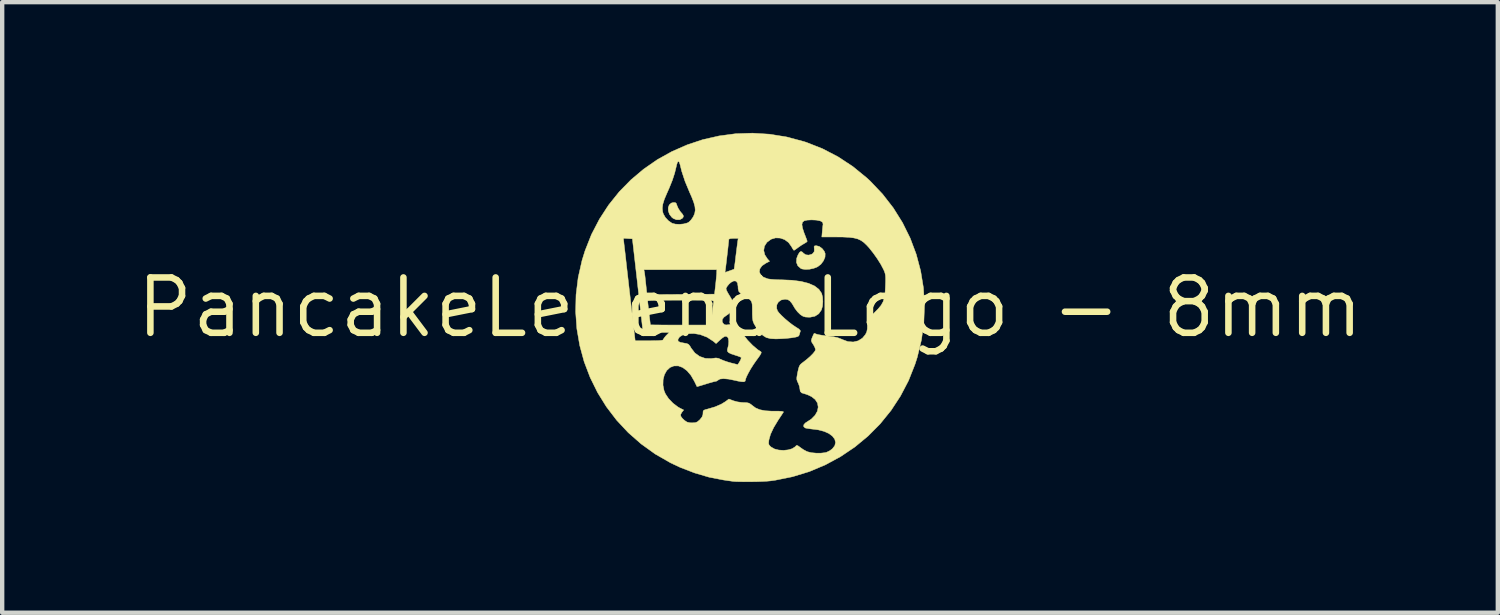
<source format=kicad_pcb>
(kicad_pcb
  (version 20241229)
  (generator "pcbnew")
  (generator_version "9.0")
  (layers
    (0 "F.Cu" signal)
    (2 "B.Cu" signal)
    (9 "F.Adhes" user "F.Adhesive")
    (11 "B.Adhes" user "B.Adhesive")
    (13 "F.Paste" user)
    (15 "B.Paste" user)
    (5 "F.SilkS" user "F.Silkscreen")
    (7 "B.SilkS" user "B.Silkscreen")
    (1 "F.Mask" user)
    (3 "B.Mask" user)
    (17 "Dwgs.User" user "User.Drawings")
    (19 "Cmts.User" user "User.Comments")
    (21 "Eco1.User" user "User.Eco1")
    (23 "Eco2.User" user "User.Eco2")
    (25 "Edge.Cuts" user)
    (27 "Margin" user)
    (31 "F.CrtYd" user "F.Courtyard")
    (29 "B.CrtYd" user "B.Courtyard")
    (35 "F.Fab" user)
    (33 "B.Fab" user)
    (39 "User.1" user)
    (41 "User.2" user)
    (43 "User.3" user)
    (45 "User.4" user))
  (footprint "PancakeLegend Logo - 8mm"
    (layer "F.Cu")
    (at 14.159 4.006)
    (property "Reference" "PancakeLegend Logo - 8mm" (at 0 0 0) (layer "F.SilkS") (effects (font (size 1.27 1.27) (thickness 0.15))))
    (attr through_hole)
    (fp_poly (pts (xy -1.693 -2.39) (xy -1.675 -2.34) (xy -1.675 -2.339) (xy -1.647 -2.275) (xy -1.603 -2.206) (xy -1.589 -2.189) (xy -1.544 -2.135) (xy -1.527 -2.098) (xy -1.536 -2.069) (xy -1.557 -2.044) (xy -1.615 -2.014) (xy -1.687 -2.014) (xy -1.761 -2.044) (xy -1.795 -2.071) (xy -1.848 -2.139) (xy -1.875 -2.216) (xy -1.877 -2.29) (xy -1.854 -2.354) (xy -1.808 -2.396) (xy -1.763 -2.409) (xy -1.718 -2.409) (xy -1.693 -2.39)) (stroke (width 0.01) (type solid)) (fill yes) (layer "F.SilkS"))
    (fp_poly (pts (xy 1.591 -1.4) (xy 1.656 -1.352) (xy 1.705 -1.288) (xy 1.724 -1.238) (xy 1.721 -1.157) (xy 1.685 -1.072) (xy 1.626 -0.993) (xy 1.55 -0.935) (xy 1.463 -0.9) (xy 1.366 -0.879) (xy 1.27 -0.874) (xy 1.192 -0.885) (xy 1.166 -0.896) (xy 1.097 -0.957) (xy 1.065 -1.036) (xy 1.071 -1.13) (xy 1.101 -1.207) (xy 1.137 -1.267) (xy 1.168 -1.288) (xy 1.202 -1.272) (xy 1.226 -1.246) (xy 1.279 -1.21) (xy 1.348 -1.203) (xy 1.416 -1.223) (xy 1.443 -1.242) (xy 1.474 -1.286) (xy 1.475 -1.345) (xy 1.474 -1.349) (xy 1.47 -1.396) (xy 1.484 -1.415) (xy 1.525 -1.418) (xy 1.591 -1.4)) (stroke (width 0.01) (type solid)) (fill yes) (layer "F.SilkS"))
    (fp_poly (pts (xy 0.45 -3.977) (xy 0.844 -3.913) (xy 1.236 -3.808) (xy 1.29 -3.791) (xy 1.663 -3.644) (xy 2.019 -3.459) (xy 2.357 -3.237) (xy 2.673 -2.979) (xy 2.757 -2.902) (xy 3.039 -2.605) (xy 3.287 -2.286) (xy 3.499 -1.947) (xy 3.675 -1.591) (xy 3.814 -1.221) (xy 3.915 -0.84) (xy 3.979 -0.45) (xy 4.003 -0.054) (xy 3.988 0.345) (xy 3.933 0.744) (xy 3.837 1.142) (xy 3.786 1.301) (xy 3.637 1.677) (xy 3.452 2.031) (xy 3.235 2.362) (xy 2.986 2.669) (xy 2.709 2.948) (xy 2.405 3.2) (xy 2.078 3.42) (xy 1.729 3.609) (xy 1.361 3.764) (xy 0.975 3.882) (xy 0.575 3.963) (xy 0.466 3.978) (xy 0.387 3.985) (xy 0.28 3.991) (xy 0.154 3.995) (xy 0.021 3.997) (xy -0.111 3.997) (xy -0.232 3.996) (xy -0.331 3.993) (xy -0.398 3.988) (xy -0.402 3.987) (xy -0.449 3.98) (xy -0.522 3.97) (xy -0.607 3.957) (xy -0.614 3.956) (xy -0.939 3.893) (xy -1.272 3.795) (xy -1.602 3.668) (xy -1.823 3.564) (xy -2.175 3.362) (xy -2.499 3.129) (xy -2.795 2.869) (xy -3.061 2.584) (xy -3.296 2.276) (xy -3.499 1.948) (xy -3.581 1.781) (xy -1.997 1.781) (xy -1.973 1.905) (xy -1.942 1.98) (xy -1.869 2.09) (xy -1.768 2.195) (xy -1.655 2.281) (xy -1.61 2.307) (xy -1.522 2.351) (xy -1.565 2.406) (xy -1.591 2.452) (xy -1.588 2.495) (xy -1.552 2.544) (xy -1.502 2.591) (xy -1.446 2.628) (xy -1.382 2.644) (xy -1.33 2.646) (xy -1.259 2.642) (xy -1.21 2.624) (xy -1.161 2.583) (xy -1.151 2.574) (xy -1.102 2.513) (xy -1.081 2.456) (xy -1.079 2.428) (xy -1.077 2.385) (xy -1.063 2.359) (xy -1.027 2.343) (xy -0.968 2.328) (xy -0.802 2.279) (xy -0.659 2.217) (xy -0.566 2.16) (xy -0.485 2.1) (xy -0.38 2.14) (xy -0.287 2.165) (xy -0.183 2.179) (xy -0.149 2.18) (xy -0.073 2.183) (xy -0.022 2.195) (xy 0.022 2.223) (xy 0.046 2.243) (xy 0.128 2.304) (xy 0.227 2.345) (xy 0.35 2.369) (xy 0.504 2.378) (xy 0.555 2.378) (xy 0.662 2.378) (xy 0.73 2.382) (xy 0.764 2.39) (xy 0.767 2.4) (xy 0.749 2.427) (xy 0.714 2.481) (xy 0.668 2.55) (xy 0.649 2.578) (xy 0.542 2.755) (xy 0.47 2.909) (xy 0.433 3.04) (xy 0.432 3.051) (xy 0.426 3.113) (xy 0.436 3.152) (xy 0.468 3.188) (xy 0.484 3.201) (xy 0.561 3.245) (xy 0.66 3.27) (xy 0.768 3.277) (xy 0.875 3.266) (xy 0.968 3.239) (xy 1.037 3.194) (xy 1.05 3.179) (xy 1.069 3.163) (xy 1.095 3.169) (xy 1.139 3.2) (xy 1.156 3.213) (xy 1.225 3.261) (xy 1.3 3.301) (xy 1.323 3.31) (xy 1.408 3.331) (xy 1.516 3.341) (xy 1.627 3.341) (xy 1.723 3.33) (xy 1.759 3.32) (xy 1.826 3.288) (xy 1.888 3.243) (xy 1.888 3.243) (xy 1.945 3.17) (xy 1.962 3.095) (xy 1.944 3.021) (xy 1.892 2.952) (xy 1.811 2.891) (xy 1.702 2.842) (xy 1.568 2.807) (xy 1.478 2.795) (xy 1.392 2.785) (xy 1.319 2.774) (xy 1.272 2.765) (xy 1.265 2.762) (xy 1.232 2.733) (xy 1.233 2.692) (xy 1.267 2.651) (xy 1.291 2.635) (xy 1.408 2.559) (xy 1.493 2.472) (xy 1.546 2.378) (xy 1.564 2.284) (xy 1.548 2.192) (xy 1.495 2.11) (xy 1.413 2.045) (xy 1.341 2.01) (xy 1.27 1.984) (xy 1.249 1.978) (xy 1.184 1.958) (xy 1.152 1.922) (xy 1.143 1.862) (xy 1.143 1.862) (xy 1.133 1.808) (xy 1.11 1.743) (xy 1.103 1.729) (xy 1.083 1.686) (xy 1.073 1.648) (xy 1.074 1.602) (xy 1.085 1.535) (xy 1.094 1.486) (xy 1.113 1.401) (xy 1.131 1.346) (xy 1.155 1.308) (xy 1.191 1.276) (xy 1.205 1.266) (xy 1.298 1.194) (xy 1.381 1.122) (xy 1.447 1.055) (xy 1.489 1.001) (xy 1.503 0.968) (xy 1.491 0.923) (xy 1.462 0.865) (xy 1.449 0.845) (xy 1.417 0.795) (xy 1.406 0.759) (xy 1.416 0.716) (xy 1.43 0.68) (xy 1.453 0.628) (xy 1.469 0.596) (xy 1.472 0.593) (xy 1.495 0.599) (xy 1.532 0.613) (xy 1.576 0.624) (xy 1.65 0.636) (xy 1.741 0.649) (xy 1.795 0.655) (xy 1.918 0.671) (xy 2.012 0.692) (xy 2.091 0.722) (xy 2.117 0.734) (xy 2.244 0.781) (xy 2.368 0.791) (xy 2.482 0.764) (xy 2.58 0.702) (xy 2.648 0.62) (xy 2.678 0.56) (xy 2.691 0.491) (xy 2.693 0.41) (xy 2.691 0.276) (xy 2.848 0.124) (xy 2.94 0.031) (xy 3.007 -0.05) (xy 3.052 -0.13) (xy 3.081 -0.218) (xy 3.098 -0.325) (xy 3.106 -0.462) (xy 3.107 -0.488) (xy 3.111 -0.601) (xy 3.111 -0.682) (xy 3.107 -0.741) (xy 3.097 -0.789) (xy 3.081 -0.835) (xy 3.062 -0.876) (xy 3.002 -0.99) (xy 2.921 -1.119) (xy 2.828 -1.25) (xy 2.733 -1.37) (xy 2.678 -1.43) (xy 2.613 -1.492) (xy 2.547 -1.539) (xy 2.472 -1.574) (xy 2.382 -1.597) (xy 2.27 -1.611) (xy 2.129 -1.618) (xy 1.982 -1.619) (xy 1.647 -1.619) (xy 1.658 -1.746) (xy 1.665 -1.822) (xy 1.672 -1.885) (xy 1.676 -1.914) (xy 1.664 -1.958) (xy 1.612 -1.988) (xy 1.521 -2.006) (xy 1.414 -2.011) (xy 1.313 -2.006) (xy 1.243 -1.99) (xy 1.203 -1.957) (xy 1.191 -1.903) (xy 1.204 -1.824) (xy 1.24 -1.713) (xy 1.261 -1.66) (xy 1.287 -1.592) (xy 1.306 -1.541) (xy 1.312 -1.518) (xy 1.295 -1.5) (xy 1.254 -1.474) (xy 1.244 -1.469) (xy 1.182 -1.432) (xy 1.114 -1.385) (xy 1.098 -1.373) (xy 1.049 -1.337) (xy 1.015 -1.315) (xy 1.008 -1.312) (xy 0.992 -1.329) (xy 0.966 -1.372) (xy 0.954 -1.395) (xy 0.884 -1.492) (xy 0.794 -1.559) (xy 0.692 -1.594) (xy 0.586 -1.598) (xy 0.483 -1.567) (xy 0.393 -1.5) (xy 0.386 -1.494) (xy 0.33 -1.405) (xy 0.315 -1.309) (xy 0.339 -1.21) (xy 0.402 -1.113) (xy 0.407 -1.108) (xy 0.449 -1.061) (xy 0.362 -1.017) (xy 0.274 -0.957) (xy 0.226 -0.888) (xy 0.215 -0.819) (xy 0.241 -0.754) (xy 0.304 -0.699) (xy 0.401 -0.66) (xy 0.426 -0.655) (xy 0.489 -0.647) (xy 0.579 -0.64) (xy 0.68 -0.636) (xy 0.723 -0.636) (xy 0.963 -0.626) (xy 1.17 -0.599) (xy 1.343 -0.555) (xy 1.48 -0.495) (xy 1.58 -0.418) (xy 1.642 -0.327) (xy 1.643 -0.324) (xy 1.665 -0.239) (xy 1.671 -0.135) (xy 1.663 -0.032) (xy 1.639 0.052) (xy 1.638 0.055) (xy 1.576 0.144) (xy 1.49 0.199) (xy 1.379 0.222) (xy 1.351 0.222) (xy 1.274 0.218) (xy 1.218 0.202) (xy 1.164 0.168) (xy 1.15 0.157) (xy 1.089 0.097) (xy 1.032 0.022) (xy 1.016 -0.005) (xy 0.963 -0.094) (xy 0.916 -0.15) (xy 0.87 -0.18) (xy 0.815 -0.19) (xy 0.802 -0.191) (xy 0.715 -0.173) (xy 0.651 -0.127) (xy 0.614 -0.06) (xy 0.611 0.019) (xy 0.632 0.08) (xy 0.667 0.125) (xy 0.726 0.187) (xy 0.802 0.258) (xy 0.886 0.329) (xy 0.967 0.392) (xy 1.038 0.44) (xy 1.05 0.448) (xy 1.121 0.493) (xy 1.153 0.527) (xy 1.155 0.544) (xy 1.14 0.59) (xy 1.131 0.623) (xy 1.12 0.648) (xy 1.097 0.665) (xy 1.052 0.678) (xy 0.976 0.691) (xy 0.946 0.696) (xy 0.834 0.708) (xy 0.708 0.716) (xy 0.593 0.72) (xy 0.592 0.72) (xy 0.47 0.713) (xy 0.376 0.69) (xy 0.299 0.643) (xy 0.226 0.567) (xy 0.185 0.514) (xy 0.127 0.432) (xy 0.09 0.368) (xy 0.067 0.309) (xy 0.057 0.24) (xy 0.053 0.149) (xy 0.053 0.092) (xy 0.052 -0.007) (xy 0.049 -0.074) (xy 0.04 -0.118) (xy 0.025 -0.149) (xy 0.002 -0.178) (xy 0 -0.18) (xy -0.052 -0.224) (xy -0.12 -0.27) (xy -0.151 -0.287) (xy -0.22 -0.328) (xy -0.258 -0.37) (xy -0.273 -0.428) (xy -0.275 -0.484) (xy -0.287 -0.562) (xy -0.32 -0.605) (xy -0.371 -0.611) (xy -0.434 -0.58) (xy -0.478 -0.542) (xy -0.521 -0.491) (xy -0.547 -0.446) (xy -0.55 -0.43) (xy -0.539 -0.393) (xy -0.509 -0.335) (xy -0.474 -0.278) (xy -0.407 -0.163) (xy -0.376 -0.066) (xy -0.382 0.016) (xy -0.424 0.088) (xy -0.504 0.156) (xy -0.525 0.169) (xy -0.601 0.224) (xy -0.638 0.275) (xy -0.638 0.326) (xy -0.619 0.361) (xy -0.591 0.39) (xy -0.551 0.4) (xy -0.5 0.395) (xy -0.432 0.384) (xy -0.376 0.372) (xy -0.368 0.37) (xy -0.339 0.368) (xy -0.312 0.386) (xy -0.279 0.433) (xy -0.257 0.469) (xy -0.164 0.612) (xy -0.055 0.749) (xy 0.062 0.87) (xy 0.177 0.967) (xy 0.248 1.013) (xy 0.258 1.027) (xy 0.252 1.053) (xy 0.227 1.098) (xy 0.179 1.166) (xy 0.147 1.209) (xy 0.08 1.305) (xy 0.016 1.406) (xy -0.038 1.502) (xy -0.08 1.585) (xy -0.103 1.647) (xy -0.106 1.668) (xy -0.115 1.693) (xy -0.145 1.704) (xy -0.201 1.701) (xy -0.29 1.685) (xy -0.34 1.673) (xy -0.493 1.642) (xy -0.61 1.632) (xy -0.691 1.641) (xy -0.727 1.662) (xy -0.766 1.688) (xy -0.788 1.693) (xy -0.82 1.699) (xy -0.881 1.716) (xy -0.963 1.739) (xy -1.016 1.756) (xy -1.101 1.782) (xy -1.168 1.802) (xy -1.209 1.813) (xy -1.218 1.814) (xy -1.227 1.794) (xy -1.25 1.747) (xy -1.276 1.693) (xy -1.356 1.555) (xy -1.447 1.449) (xy -1.545 1.376) (xy -1.646 1.339) (xy -1.746 1.34) (xy -1.835 1.375) (xy -1.911 1.445) (xy -1.965 1.542) (xy -1.994 1.657) (xy -1.997 1.781) (xy -3.581 1.781) (xy -3.669 1.603) (xy -3.806 1.243) (xy -3.907 0.871) (xy -3.973 0.489) (xy -4.001 0.1) (xy -3.992 -0.293) (xy -3.943 -0.688) (xy -3.854 -1.082) (xy -3.786 -1.301) (xy -3.672 -1.59) (xy -2.906 -1.59) (xy -2.895 -1.499) (xy -2.891 -1.46) (xy -2.882 -1.384) (xy -2.869 -1.275) (xy -2.853 -1.136) (xy -2.835 -0.973) (xy -2.814 -0.79) (xy -2.791 -0.591) (xy -2.767 -0.38) (xy -2.76 -0.323) (xy -2.635 0.762) (xy -2.312 0.762) (xy -2.18 0.761) (xy -2.085 0.758) (xy -2.025 0.752) (xy -1.995 0.744) (xy -1.992 0.74) (xy -1.656 0.74) (xy -1.647 0.775) (xy -1.601 0.799) (xy -1.517 0.815) (xy -1.453 0.826) (xy -1.412 0.844) (xy -1.381 0.88) (xy -1.35 0.933) (xy -1.265 1.043) (xy -1.156 1.122) (xy -1.03 1.166) (xy -0.894 1.171) (xy -0.855 1.166) (xy -0.782 1.157) (xy -0.726 1.165) (xy -0.668 1.191) (xy -0.602 1.219) (xy -0.514 1.249) (xy -0.434 1.272) (xy -0.361 1.29) (xy -0.307 1.304) (xy -0.283 1.311) (xy -0.283 1.311) (xy -0.271 1.295) (xy -0.246 1.255) (xy -0.234 1.235) (xy -0.209 1.185) (xy -0.202 1.15) (xy -0.205 1.144) (xy -0.234 1.13) (xy -0.289 1.11) (xy -0.339 1.094) (xy -0.433 1.063) (xy -0.49 1.035) (xy -0.518 1.003) (xy -0.52 0.964) (xy -0.511 0.931) (xy -0.493 0.854) (xy -0.488 0.776) (xy -0.497 0.712) (xy -0.512 0.682) (xy -0.545 0.66) (xy -0.584 0.664) (xy -0.634 0.697) (xy -0.686 0.741) (xy -0.779 0.827) (xy -0.839 0.776) (xy -0.984 0.681) (xy -1.147 0.619) (xy -1.283 0.597) (xy -1.424 0.598) (xy -1.531 0.622) (xy -1.609 0.669) (xy -1.63 0.692) (xy -1.656 0.74) (xy -1.992 0.74) (xy -1.99 0.737) (xy -1.976 0.707) (xy -1.941 0.662) (xy -1.922 0.641) (xy -1.854 0.572) (xy -2.155 0.572) (xy -2.262 0.57) (xy -2.353 0.568) (xy -2.419 0.563) (xy -2.453 0.558) (xy -2.456 0.556) (xy -2.459 0.532) (xy -2.466 0.471) (xy -2.477 0.375) (xy -2.491 0.25) (xy -2.508 0.098) (xy -2.528 -0.075) (xy -2.537 -0.153) (xy -2.349 -0.153) (xy -2.347 -0.127) (xy -2.34 -0.068) (xy -2.331 0.016) (xy -2.319 0.117) (xy -2.318 0.127) (xy -2.306 0.228) (xy -2.296 0.311) (xy -2.289 0.37) (xy -2.286 0.396) (xy -2.286 0.397) (xy -2.266 0.398) (xy -2.208 0.399) (xy -2.118 0.4) (xy -2 0.401) (xy -1.86 0.402) (xy -1.702 0.402) (xy -1.591 0.402) (xy -0.896 0.402) (xy -0.87 0.153) (xy -0.859 0.052) (xy -0.848 -0.036) (xy -0.839 -0.101) (xy -0.833 -0.132) (xy -0.833 -0.142) (xy -0.84 -0.15) (xy -0.858 -0.156) (xy -0.892 -0.161) (xy -0.945 -0.164) (xy -1.021 -0.167) (xy -1.125 -0.168) (xy -1.261 -0.169) (xy -1.431 -0.169) (xy -1.586 -0.169) (xy -1.761 -0.169) (xy -1.922 -0.168) (xy -2.064 -0.166) (xy -2.182 -0.163) (xy -2.273 -0.16) (xy -2.33 -0.157) (xy -2.349 -0.153) (xy -2.537 -0.153) (xy -2.549 -0.266) (xy -2.573 -0.47) (xy -2.578 -0.519) (xy -2.618 -0.868) (xy -2.435 -0.868) (xy -2.425 -0.82) (xy -2.418 -0.78) (xy -2.409 -0.709) (xy -2.399 -0.617) (xy -2.39 -0.534) (xy -2.365 -0.296) (xy -1.59 -0.301) (xy -0.815 -0.307) (xy -0.79 -0.519) (xy -0.78 -0.617) (xy -0.771 -0.707) (xy -0.765 -0.775) (xy -0.764 -0.799) (xy -0.764 -0.805) (xy -0.574 -0.805) (xy -0.472 -0.841) (xy -0.414 -0.862) (xy -0.375 -0.876) (xy -0.366 -0.879) (xy -0.362 -0.899) (xy -0.354 -0.954) (xy -0.343 -1.035) (xy -0.331 -1.134) (xy -0.329 -1.155) (xy -0.315 -1.266) (xy -0.302 -1.369) (xy -0.291 -1.453) (xy -0.284 -1.506) (xy -0.284 -1.508) (xy -0.271 -1.587) (xy -0.379 -1.587) (xy -0.453 -1.582) (xy -0.485 -1.567) (xy -0.487 -1.561) (xy -0.489 -1.53) (xy -0.496 -1.467) (xy -0.505 -1.38) (xy -0.516 -1.278) (xy -0.529 -1.17) (xy -0.541 -1.066) (xy -0.552 -0.975) (xy -0.56 -0.906) (xy -0.562 -0.895) (xy -0.574 -0.805) (xy -0.764 -0.805) (xy -0.762 -0.868) (xy -2.435 -0.868) (xy -2.618 -0.868) (xy -2.699 -1.577) (xy -2.802 -1.583) (xy -2.906 -1.59) (xy -3.672 -1.59) (xy -3.638 -1.676) (xy -3.455 -2.028) (xy -3.294 -2.276) (xy -2.013 -2.276) (xy -2.003 -2.191) (xy -1.988 -2.145) (xy -1.941 -2.064) (xy -1.869 -1.988) (xy -1.789 -1.934) (xy -1.789 -1.934) (xy -1.714 -1.914) (xy -1.619 -1.909) (xy -1.523 -1.918) (xy -1.44 -1.94) (xy -1.403 -1.96) (xy -1.357 -2.005) (xy -1.311 -2.069) (xy -1.295 -2.097) (xy -1.268 -2.164) (xy -1.257 -2.234) (xy -1.264 -2.314) (xy -1.29 -2.41) (xy -1.336 -2.531) (xy -1.385 -2.641) (xy -1.49 -2.893) (xy -1.567 -3.126) (xy -1.602 -3.269) (xy -1.622 -3.333) (xy -1.642 -3.356) (xy -1.663 -3.337) (xy -1.683 -3.276) (xy -1.691 -3.24) (xy -1.729 -3.084) (xy -1.782 -2.921) (xy -1.854 -2.742) (xy -1.907 -2.623) (xy -1.966 -2.484) (xy -2.001 -2.371) (xy -2.013 -2.276) (xy -3.294 -2.276) (xy -3.242 -2.355) (xy -3 -2.657) (xy -2.731 -2.931) (xy -2.44 -3.176) (xy -2.127 -3.393) (xy -1.795 -3.578) (xy -1.447 -3.731) (xy -1.085 -3.852) (xy -0.712 -3.937) (xy -0.33 -3.988) (xy 0.058 -4.001) (xy 0.45 -3.977)) (stroke (width 0.01) (type solid)) (fill yes) (layer "F.SilkS")))
  (gr_rect
    (start -3 -3)
    (end 31.317 11.009)
    (stroke (width 0.1) (type default))
    (fill no)
    (layer "Edge.Cuts")))
</source>
